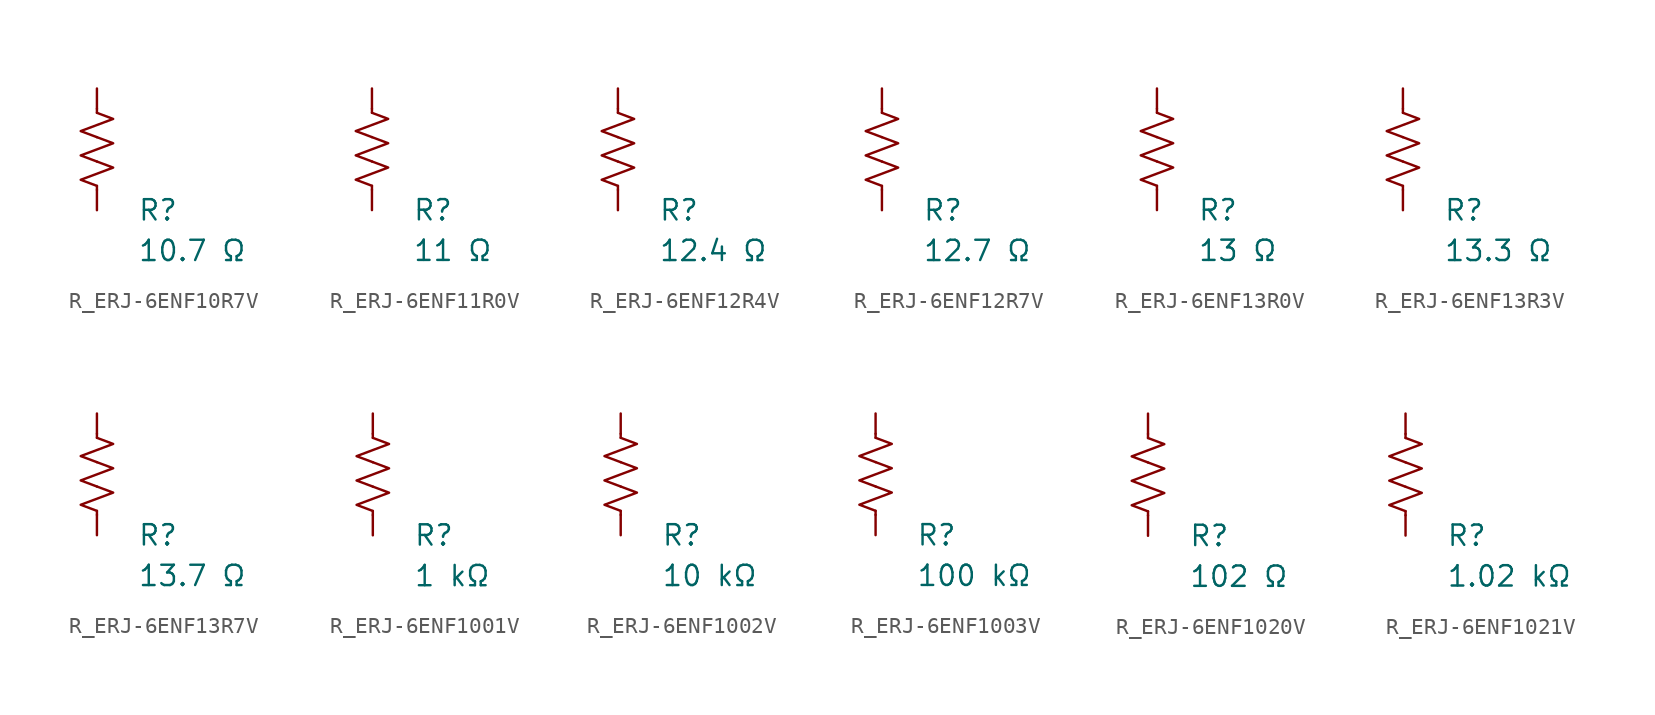
<source format=kicad_sym>
(kicad_symbol_lib
  (version 20231120)
  (generator "kicad_symbol_editor")
  (generator_version "8.0")
  (symbol "R_ERJ-6ENF10R7V"
    (pin_numbers hide)
    (pin_names
      (offset 0))
    (property "Reference" "R"
      (at 2.54 -3.81 0)
      (effects (font (size 1.27 1.27)) (justify left))
      (show_name no))
    (property "Value" "10.7 Ω"
      (at 2.54 -6.35 0)
      (effects (font (size 1.27 1.27)) (justify left))
      (show_name no))
    (symbol "R_ERJ-6ENF10R7V_0_1"
      (polyline (pts (xy 0 -2.286) (xy 0 -2.54)) (stroke (width 0) (type default)) (fill (type none)))
      (polyline (pts (xy 0 2.286) (xy 0 2.54)) (stroke (width 0) (type default)) (fill (type none)))
      (polyline (pts (xy 0 -0.762) (xy 1.016 -1.143) (xy 0 -1.524) (xy -1.016 -1.905) (xy 0 -2.286)) (stroke (width 0) (type default)) (fill (type none)))
      (polyline (pts (xy 0 0.762) (xy 1.016 0.381) (xy 0 0) (xy -1.016 -0.381) (xy 0 -0.762)) (stroke (width 0) (type default)) (fill (type none)))
      (polyline (pts (xy 0 2.286) (xy 1.016 1.905) (xy 0 1.524) (xy -1.016 1.143) (xy 0 0.762)) (stroke (width 0) (type default)) (fill (type none))))
    (symbol "R_ERJ-6ENF10R7V_1_1"
      (pin passive line (at 0 3.81 270) (length 1.27) (name "~" (effects (font (size 1.27 1.27)))) (number "1" (effects (font (size 1.27 1.27)))))
      (pin passive line (at 0 -3.81 90) (length 1.27) (name "~" (effects (font (size 1.27 1.27)))) (number "2" (effects (font (size 1.27 1.27)))))))
  (symbol "R_ERJ-6ENF11R0V"
    (pin_numbers hide)
    (pin_names
      (offset 0))
    (property "Reference" "R"
      (at 2.54 -3.81 0)
      (effects (font (size 1.27 1.27)) (justify left))
      (show_name no))
    (property "Value" "11 Ω"
      (at 2.54 -6.35 0)
      (effects (font (size 1.27 1.27)) (justify left))
      (show_name no))
    (symbol "R_ERJ-6ENF11R0V_0_1"
      (polyline (pts (xy 0 -2.286) (xy 0 -2.54)) (stroke (width 0) (type default)) (fill (type none)))
      (polyline (pts (xy 0 2.286) (xy 0 2.54)) (stroke (width 0) (type default)) (fill (type none)))
      (polyline (pts (xy 0 -0.762) (xy 1.016 -1.143) (xy 0 -1.524) (xy -1.016 -1.905) (xy 0 -2.286)) (stroke (width 0) (type default)) (fill (type none)))
      (polyline (pts (xy 0 0.762) (xy 1.016 0.381) (xy 0 0) (xy -1.016 -0.381) (xy 0 -0.762)) (stroke (width 0) (type default)) (fill (type none)))
      (polyline (pts (xy 0 2.286) (xy 1.016 1.905) (xy 0 1.524) (xy -1.016 1.143) (xy 0 0.762)) (stroke (width 0) (type default)) (fill (type none))))
    (symbol "R_ERJ-6ENF11R0V_1_1"
      (pin passive line (at 0 3.81 270) (length 1.27) (name "~" (effects (font (size 1.27 1.27)))) (number "1" (effects (font (size 1.27 1.27)))))
      (pin passive line (at 0 -3.81 90) (length 1.27) (name "~" (effects (font (size 1.27 1.27)))) (number "2" (effects (font (size 1.27 1.27)))))))
  (symbol "R_ERJ-6ENF12R4V"
    (pin_numbers hide)
    (pin_names
      (offset 0))
    (property "Reference" "R"
      (at 2.54 -3.81 0)
      (effects (font (size 1.27 1.27)) (justify left))
      (show_name no))
    (property "Value" "12.4 Ω"
      (at 2.54 -6.35 0)
      (effects (font (size 1.27 1.27)) (justify left))
      (show_name no))
    (symbol "R_ERJ-6ENF12R4V_0_1"
      (polyline (pts (xy 0 -2.286) (xy 0 -2.54)) (stroke (width 0) (type default)) (fill (type none)))
      (polyline (pts (xy 0 2.286) (xy 0 2.54)) (stroke (width 0) (type default)) (fill (type none)))
      (polyline (pts (xy 0 -0.762) (xy 1.016 -1.143) (xy 0 -1.524) (xy -1.016 -1.905) (xy 0 -2.286)) (stroke (width 0) (type default)) (fill (type none)))
      (polyline (pts (xy 0 0.762) (xy 1.016 0.381) (xy 0 0) (xy -1.016 -0.381) (xy 0 -0.762)) (stroke (width 0) (type default)) (fill (type none)))
      (polyline (pts (xy 0 2.286) (xy 1.016 1.905) (xy 0 1.524) (xy -1.016 1.143) (xy 0 0.762)) (stroke (width 0) (type default)) (fill (type none))))
    (symbol "R_ERJ-6ENF12R4V_1_1"
      (pin passive line (at 0 3.81 270) (length 1.27) (name "~" (effects (font (size 1.27 1.27)))) (number "1" (effects (font (size 1.27 1.27)))))
      (pin passive line (at 0 -3.81 90) (length 1.27) (name "~" (effects (font (size 1.27 1.27)))) (number "2" (effects (font (size 1.27 1.27)))))))
  (symbol "R_ERJ-6ENF12R7V"
    (pin_numbers hide)
    (pin_names
      (offset 0))
    (property "Reference" "R"
      (at 2.54 -3.81 0)
      (effects (font (size 1.27 1.27)) (justify left))
      (show_name no))
    (property "Value" "12.7 Ω"
      (at 2.54 -6.35 0)
      (effects (font (size 1.27 1.27)) (justify left))
      (show_name no))
    (symbol "R_ERJ-6ENF12R7V_0_1"
      (polyline (pts (xy 0 -2.286) (xy 0 -2.54)) (stroke (width 0) (type default)) (fill (type none)))
      (polyline (pts (xy 0 2.286) (xy 0 2.54)) (stroke (width 0) (type default)) (fill (type none)))
      (polyline (pts (xy 0 -0.762) (xy 1.016 -1.143) (xy 0 -1.524) (xy -1.016 -1.905) (xy 0 -2.286)) (stroke (width 0) (type default)) (fill (type none)))
      (polyline (pts (xy 0 0.762) (xy 1.016 0.381) (xy 0 0) (xy -1.016 -0.381) (xy 0 -0.762)) (stroke (width 0) (type default)) (fill (type none)))
      (polyline (pts (xy 0 2.286) (xy 1.016 1.905) (xy 0 1.524) (xy -1.016 1.143) (xy 0 0.762)) (stroke (width 0) (type default)) (fill (type none))))
    (symbol "R_ERJ-6ENF12R7V_1_1"
      (pin passive line (at 0 3.81 270) (length 1.27) (name "~" (effects (font (size 1.27 1.27)))) (number "1" (effects (font (size 1.27 1.27)))))
      (pin passive line (at 0 -3.81 90) (length 1.27) (name "~" (effects (font (size 1.27 1.27)))) (number "2" (effects (font (size 1.27 1.27)))))))
  (symbol "R_ERJ-6ENF13R0V"
    (pin_numbers hide)
    (pin_names
      (offset 0))
    (property "Reference" "R"
      (at 2.54 -3.81 0)
      (effects (font (size 1.27 1.27)) (justify left))
      (show_name no))
    (property "Value" "13 Ω"
      (at 2.54 -6.35 0)
      (effects (font (size 1.27 1.27)) (justify left))
      (show_name no))
    (symbol "R_ERJ-6ENF13R0V_0_1"
      (polyline (pts (xy 0 -2.286) (xy 0 -2.54)) (stroke (width 0) (type default)) (fill (type none)))
      (polyline (pts (xy 0 2.286) (xy 0 2.54)) (stroke (width 0) (type default)) (fill (type none)))
      (polyline (pts (xy 0 -0.762) (xy 1.016 -1.143) (xy 0 -1.524) (xy -1.016 -1.905) (xy 0 -2.286)) (stroke (width 0) (type default)) (fill (type none)))
      (polyline (pts (xy 0 0.762) (xy 1.016 0.381) (xy 0 0) (xy -1.016 -0.381) (xy 0 -0.762)) (stroke (width 0) (type default)) (fill (type none)))
      (polyline (pts (xy 0 2.286) (xy 1.016 1.905) (xy 0 1.524) (xy -1.016 1.143) (xy 0 0.762)) (stroke (width 0) (type default)) (fill (type none))))
    (symbol "R_ERJ-6ENF13R0V_1_1"
      (pin passive line (at 0 3.81 270) (length 1.27) (name "~" (effects (font (size 1.27 1.27)))) (number "1" (effects (font (size 1.27 1.27)))))
      (pin passive line (at 0 -3.81 90) (length 1.27) (name "~" (effects (font (size 1.27 1.27)))) (number "2" (effects (font (size 1.27 1.27)))))))
  (symbol "R_ERJ-6ENF13R3V"
    (pin_numbers hide)
    (pin_names
      (offset 0))
    (property "Reference" "R"
      (at 2.54 -3.81 0)
      (effects (font (size 1.27 1.27)) (justify left))
      (show_name no))
    (property "Value" "13.3 Ω"
      (at 2.54 -6.35 0)
      (effects (font (size 1.27 1.27)) (justify left))
      (show_name no))
    (symbol "R_ERJ-6ENF13R3V_0_1"
      (polyline (pts (xy 0 -2.286) (xy 0 -2.54)) (stroke (width 0) (type default)) (fill (type none)))
      (polyline (pts (xy 0 2.286) (xy 0 2.54)) (stroke (width 0) (type default)) (fill (type none)))
      (polyline (pts (xy 0 -0.762) (xy 1.016 -1.143) (xy 0 -1.524) (xy -1.016 -1.905) (xy 0 -2.286)) (stroke (width 0) (type default)) (fill (type none)))
      (polyline (pts (xy 0 0.762) (xy 1.016 0.381) (xy 0 0) (xy -1.016 -0.381) (xy 0 -0.762)) (stroke (width 0) (type default)) (fill (type none)))
      (polyline (pts (xy 0 2.286) (xy 1.016 1.905) (xy 0 1.524) (xy -1.016 1.143) (xy 0 0.762)) (stroke (width 0) (type default)) (fill (type none))))
    (symbol "R_ERJ-6ENF13R3V_1_1"
      (pin passive line (at 0 3.81 270) (length 1.27) (name "~" (effects (font (size 1.27 1.27)))) (number "1" (effects (font (size 1.27 1.27)))))
      (pin passive line (at 0 -3.81 90) (length 1.27) (name "~" (effects (font (size 1.27 1.27)))) (number "2" (effects (font (size 1.27 1.27)))))))
  (symbol "R_ERJ-6ENF13R7V"
    (pin_numbers hide)
    (pin_names
      (offset 0))
    (property "Reference" "R"
      (at 2.54 -3.81 0)
      (effects (font (size 1.27 1.27)) (justify left))
      (show_name no))
    (property "Value" "13.7 Ω"
      (at 2.54 -6.35 0)
      (effects (font (size 1.27 1.27)) (justify left))
      (show_name no))
    (symbol "R_ERJ-6ENF13R7V_0_1"
      (polyline (pts (xy 0 -2.286) (xy 0 -2.54)) (stroke (width 0) (type default)) (fill (type none)))
      (polyline (pts (xy 0 2.286) (xy 0 2.54)) (stroke (width 0) (type default)) (fill (type none)))
      (polyline (pts (xy 0 -0.762) (xy 1.016 -1.143) (xy 0 -1.524) (xy -1.016 -1.905) (xy 0 -2.286)) (stroke (width 0) (type default)) (fill (type none)))
      (polyline (pts (xy 0 0.762) (xy 1.016 0.381) (xy 0 0) (xy -1.016 -0.381) (xy 0 -0.762)) (stroke (width 0) (type default)) (fill (type none)))
      (polyline (pts (xy 0 2.286) (xy 1.016 1.905) (xy 0 1.524) (xy -1.016 1.143) (xy 0 0.762)) (stroke (width 0) (type default)) (fill (type none))))
    (symbol "R_ERJ-6ENF13R7V_1_1"
      (pin passive line (at 0 3.81 270) (length 1.27) (name "~" (effects (font (size 1.27 1.27)))) (number "1" (effects (font (size 1.27 1.27)))))
      (pin passive line (at 0 -3.81 90) (length 1.27) (name "~" (effects (font (size 1.27 1.27)))) (number "2" (effects (font (size 1.27 1.27)))))))
  (symbol "R_ERJ-6ENF1001V"
    (pin_numbers hide)
    (pin_names
      (offset 0))
    (property "Reference" "R"
      (at 2.54 -3.81 0)
      (effects (font (size 1.27 1.27)) (justify left))
      (show_name no))
    (property "Value" "1 kΩ"
      (at 2.54 -6.35 0)
      (effects (font (size 1.27 1.27)) (justify left))
      (show_name no))
    (symbol "R_ERJ-6ENF1001V_0_1"
      (polyline (pts (xy 0 -2.286) (xy 0 -2.54)) (stroke (width 0) (type default)) (fill (type none)))
      (polyline (pts (xy 0 2.286) (xy 0 2.54)) (stroke (width 0) (type default)) (fill (type none)))
      (polyline (pts (xy 0 -0.762) (xy 1.016 -1.143) (xy 0 -1.524) (xy -1.016 -1.905) (xy 0 -2.286)) (stroke (width 0) (type default)) (fill (type none)))
      (polyline (pts (xy 0 0.762) (xy 1.016 0.381) (xy 0 0) (xy -1.016 -0.381) (xy 0 -0.762)) (stroke (width 0) (type default)) (fill (type none)))
      (polyline (pts (xy 0 2.286) (xy 1.016 1.905) (xy 0 1.524) (xy -1.016 1.143) (xy 0 0.762)) (stroke (width 0) (type default)) (fill (type none))))
    (symbol "R_ERJ-6ENF1001V_1_1"
      (pin passive line (at 0 3.81 270) (length 1.27) (name "~" (effects (font (size 1.27 1.27)))) (number "1" (effects (font (size 1.27 1.27)))))
      (pin passive line (at 0 -3.81 90) (length 1.27) (name "~" (effects (font (size 1.27 1.27)))) (number "2" (effects (font (size 1.27 1.27)))))))
  (symbol "R_ERJ-6ENF1002V"
    (pin_numbers hide)
    (pin_names
      (offset 0))
    (property "Reference" "R"
      (at 2.54 -3.81 0)
      (effects (font (size 1.27 1.27)) (justify left))
      (show_name no))
    (property "Value" "10 kΩ"
      (at 2.54 -6.35 0)
      (effects (font (size 1.27 1.27)) (justify left))
      (show_name no))
    (symbol "R_ERJ-6ENF1002V_0_1"
      (polyline (pts (xy 0 -2.286) (xy 0 -2.54)) (stroke (width 0) (type default)) (fill (type none)))
      (polyline (pts (xy 0 2.286) (xy 0 2.54)) (stroke (width 0) (type default)) (fill (type none)))
      (polyline (pts (xy 0 -0.762) (xy 1.016 -1.143) (xy 0 -1.524) (xy -1.016 -1.905) (xy 0 -2.286)) (stroke (width 0) (type default)) (fill (type none)))
      (polyline (pts (xy 0 0.762) (xy 1.016 0.381) (xy 0 0) (xy -1.016 -0.381) (xy 0 -0.762)) (stroke (width 0) (type default)) (fill (type none)))
      (polyline (pts (xy 0 2.286) (xy 1.016 1.905) (xy 0 1.524) (xy -1.016 1.143) (xy 0 0.762)) (stroke (width 0) (type default)) (fill (type none))))
    (symbol "R_ERJ-6ENF1002V_1_1"
      (pin passive line (at 0 3.81 270) (length 1.27) (name "~" (effects (font (size 1.27 1.27)))) (number "1" (effects (font (size 1.27 1.27)))))
      (pin passive line (at 0 -3.81 90) (length 1.27) (name "~" (effects (font (size 1.27 1.27)))) (number "2" (effects (font (size 1.27 1.27)))))))
  (symbol "R_ERJ-6ENF1003V"
    (pin_numbers hide)
    (pin_names
      (offset 0))
    (property "Reference" "R"
      (at 2.54 -3.81 0)
      (effects (font (size 1.27 1.27)) (justify left))
      (show_name no))
    (property "Value" "100 kΩ"
      (at 2.54 -6.35 0)
      (effects (font (size 1.27 1.27)) (justify left))
      (show_name no))
    (symbol "R_ERJ-6ENF1003V_0_1"
      (polyline (pts (xy 0 -2.286) (xy 0 -2.54)) (stroke (width 0) (type default)) (fill (type none)))
      (polyline (pts (xy 0 2.286) (xy 0 2.54)) (stroke (width 0) (type default)) (fill (type none)))
      (polyline (pts (xy 0 -0.762) (xy 1.016 -1.143) (xy 0 -1.524) (xy -1.016 -1.905) (xy 0 -2.286)) (stroke (width 0) (type default)) (fill (type none)))
      (polyline (pts (xy 0 0.762) (xy 1.016 0.381) (xy 0 0) (xy -1.016 -0.381) (xy 0 -0.762)) (stroke (width 0) (type default)) (fill (type none)))
      (polyline (pts (xy 0 2.286) (xy 1.016 1.905) (xy 0 1.524) (xy -1.016 1.143) (xy 0 0.762)) (stroke (width 0) (type default)) (fill (type none))))
    (symbol "R_ERJ-6ENF1003V_1_1"
      (pin passive line (at 0 3.81 270) (length 1.27) (name "~" (effects (font (size 1.27 1.27)))) (number "1" (effects (font (size 1.27 1.27)))))
      (pin passive line (at 0 -3.81 90) (length 1.27) (name "~" (effects (font (size 1.27 1.27)))) (number "2" (effects (font (size 1.27 1.27)))))))
  (symbol "R_ERJ-6ENF1020V"
    (pin_numbers hide)
    (pin_names
      (offset 0))
    (property "Reference" "R"
      (at 2.54 -3.81 0)
      (effects (font (size 1.27 1.27)) (justify left))
      (show_name no))
    (property "Value" "102 Ω"
      (at 2.54 -6.35 0)
      (effects (font (size 1.27 1.27)) (justify left))
      (show_name no))
    (symbol "R_ERJ-6ENF1020V_0_1"
      (polyline (pts (xy 0 -2.286) (xy 0 -2.54)) (stroke (width 0) (type default)) (fill (type none)))
      (polyline (pts (xy 0 2.286) (xy 0 2.54)) (stroke (width 0) (type default)) (fill (type none)))
      (polyline (pts (xy 0 -0.762) (xy 1.016 -1.143) (xy 0 -1.524) (xy -1.016 -1.905) (xy 0 -2.286)) (stroke (width 0) (type default)) (fill (type none)))
      (polyline (pts (xy 0 0.762) (xy 1.016 0.381) (xy 0 0) (xy -1.016 -0.381) (xy 0 -0.762)) (stroke (width 0) (type default)) (fill (type none)))
      (polyline (pts (xy 0 2.286) (xy 1.016 1.905) (xy 0 1.524) (xy -1.016 1.143) (xy 0 0.762)) (stroke (width 0) (type default)) (fill (type none))))
    (symbol "R_ERJ-6ENF1020V_1_1"
      (pin passive line (at 0 3.81 270) (length 1.27) (name "~" (effects (font (size 1.27 1.27)))) (number "1" (effects (font (size 1.27 1.27)))))
      (pin passive line (at 0 -3.81 90) (length 1.27) (name "~" (effects (font (size 1.27 1.27)))) (number "2" (effects (font (size 1.27 1.27)))))))
  (symbol "R_ERJ-6ENF1021V"
    (pin_numbers hide)
    (pin_names
      (offset 0))
    (property "Reference" "R"
      (at 2.54 -3.81 0)
      (effects (font (size 1.27 1.27)) (justify left))
      (show_name no))
    (property "Value" "1.02 kΩ"
      (at 2.54 -6.35 0)
      (effects (font (size 1.27 1.27)) (justify left))
      (show_name no))
    (symbol "R_ERJ-6ENF1021V_0_1"
      (polyline (pts (xy 0 -2.286) (xy 0 -2.54)) (stroke (width 0) (type default)) (fill (type none)))
      (polyline (pts (xy 0 2.286) (xy 0 2.54)) (stroke (width 0) (type default)) (fill (type none)))
      (polyline (pts (xy 0 -0.762) (xy 1.016 -1.143) (xy 0 -1.524) (xy -1.016 -1.905) (xy 0 -2.286)) (stroke (width 0) (type default)) (fill (type none)))
      (polyline (pts (xy 0 0.762) (xy 1.016 0.381) (xy 0 0) (xy -1.016 -0.381) (xy 0 -0.762)) (stroke (width 0) (type default)) (fill (type none)))
      (polyline (pts (xy 0 2.286) (xy 1.016 1.905) (xy 0 1.524) (xy -1.016 1.143) (xy 0 0.762)) (stroke (width 0) (type default)) (fill (type none))))
    (symbol "R_ERJ-6ENF1021V_1_1"
      (pin passive line (at 0 3.81 270) (length 1.27) (name "~" (effects (font (size 1.27 1.27)))) (number "1" (effects (font (size 1.27 1.27)))))
      (pin passive line (at 0 -3.81 90) (length 1.27) (name "~" (effects (font (size 1.27 1.27)))) (number "2" (effects (font (size 1.27 1.27))))))))
</source>
